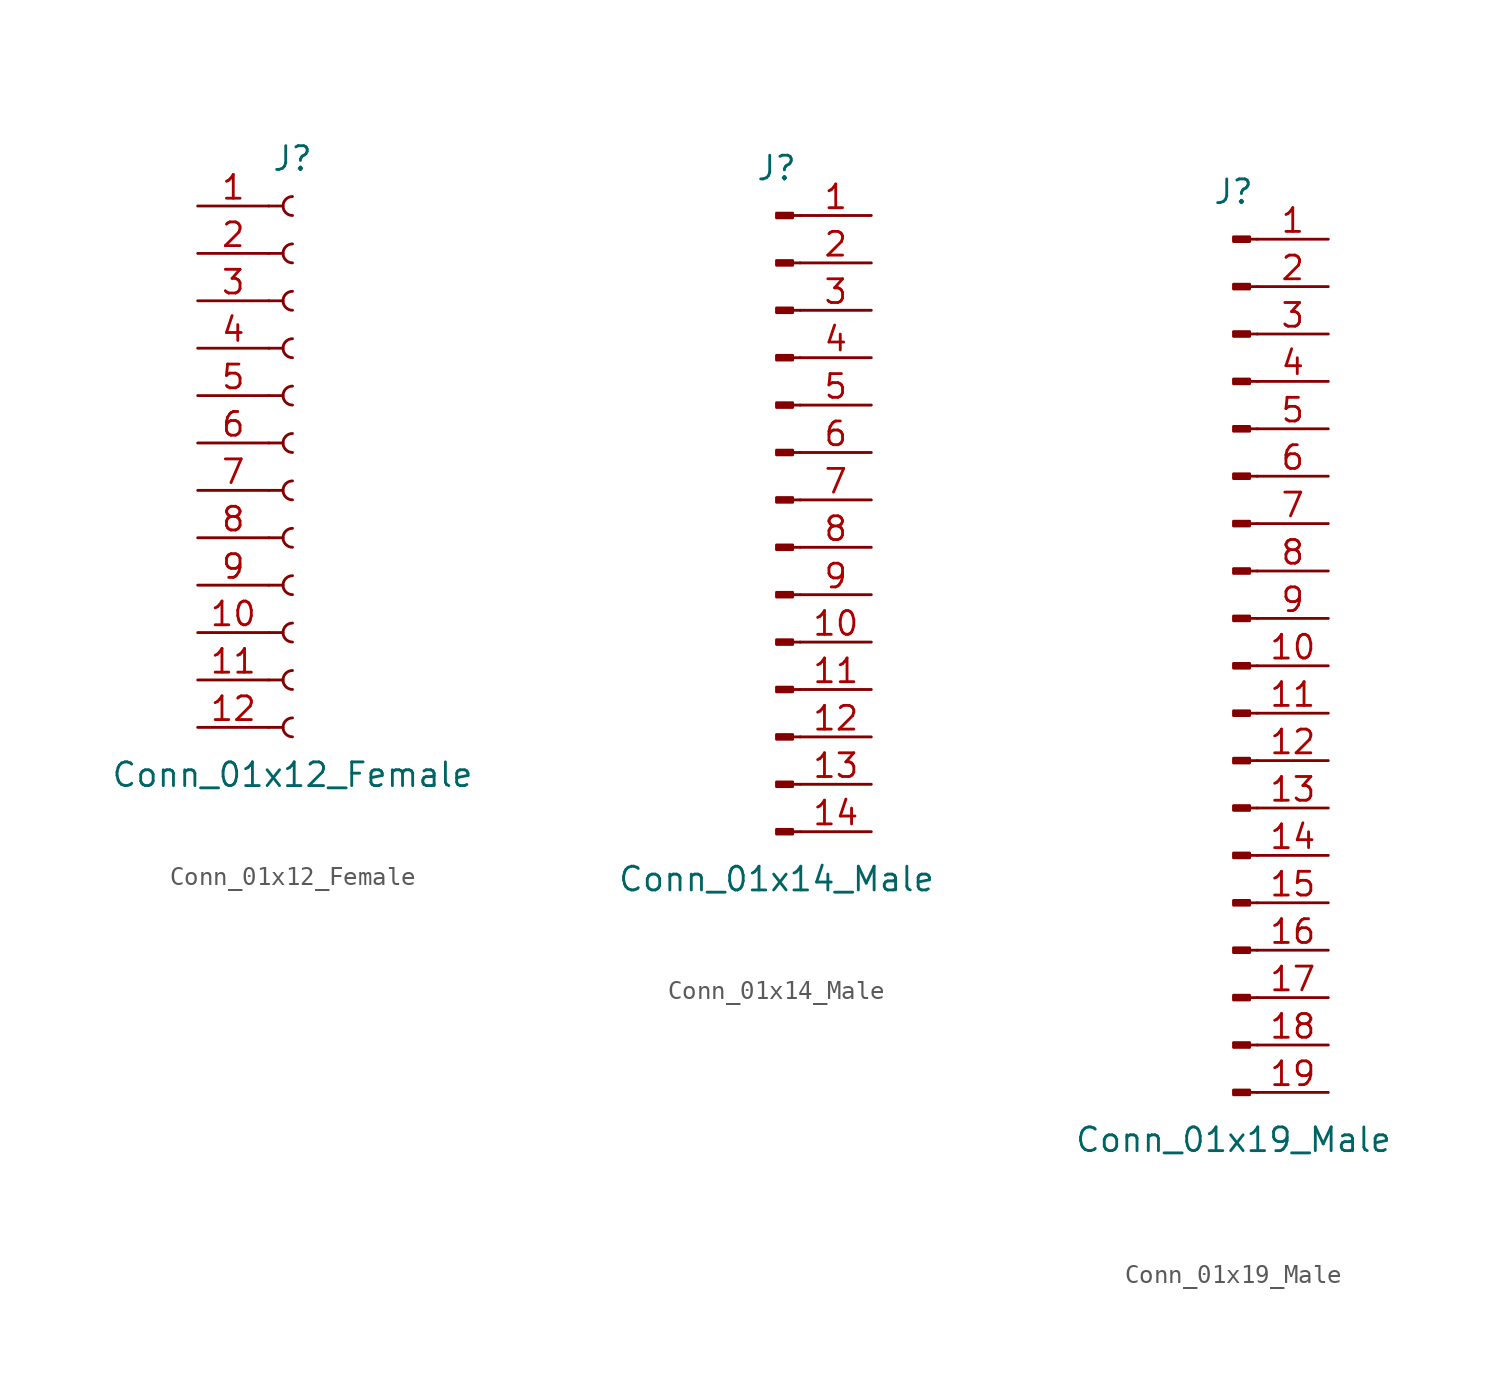
<source format=kicad_sym>
(kicad_symbol_lib
  (version 20201005)
  (generator kicad_symbol_editor)
  (symbol "Conn_01x12_Female"
    (pin_names
      (offset 1.016) hide)
    (property "Reference" "J"
      (at 0 15.24 0)
      (effects (font (size 1.27 1.27))))
    (property "Value" "Conn_01x12_Female"
      (at 0 -17.78 0)
      (effects (font (size 1.27 1.27))))
    (symbol "Conn_01x12_Female_1_1"
      (arc (start 0 -14.732) (end 0 -15.748) (radius (at 0 -15.24) (length 0.508) (angles 90.1 -90.1)) (stroke (width 0.1524)) (fill (type none)))
      (arc (start 0 -12.192) (end 0 -13.208) (radius (at 0 -12.7) (length 0.508) (angles 90.1 -90.1)) (stroke (width 0.1524)) (fill (type none)))
      (arc (start 0 -9.652) (end 0 -10.668) (radius (at 0 -10.16) (length 0.508) (angles 90.1 -90.1)) (stroke (width 0.1524)) (fill (type none)))
      (arc (start 0 -7.112) (end 0 -8.128) (radius (at 0 -7.62) (length 0.508) (angles 90.1 -90.1)) (stroke (width 0.1524)) (fill (type none)))
      (arc (start 0 -4.572) (end 0 -5.588) (radius (at 0 -5.08) (length 0.508) (angles 90.1 -90.1)) (stroke (width 0.1524)) (fill (type none)))
      (arc (start 0 -2.032) (end 0 -3.048) (radius (at 0 -2.54) (length 0.508) (angles 90.1 -90.1)) (stroke (width 0.1524)) (fill (type none)))
      (arc (start 0 0.508) (end 0 -0.508) (radius (at 0 0) (length 0.508) (angles 90.1 -90.1)) (stroke (width 0.1524)) (fill (type none)))
      (arc (start 0 3.048) (end 0 2.032) (radius (at 0 2.54) (length 0.508) (angles 90.1 -90.1)) (stroke (width 0.1524)) (fill (type none)))
      (arc (start 0 5.588) (end 0 4.572) (radius (at 0 5.08) (length 0.508) (angles 90.1 -90.1)) (stroke (width 0.1524)) (fill (type none)))
      (arc (start 0 8.128) (end 0 7.112) (radius (at 0 7.62) (length 0.508) (angles 90.1 -90.1)) (stroke (width 0.1524)) (fill (type none)))
      (arc (start 0 10.668) (end 0 9.652) (radius (at 0 10.16) (length 0.508) (angles 90.1 -90.1)) (stroke (width 0.1524)) (fill (type none)))
      (arc (start 0 13.208) (end 0 12.192) (radius (at 0 12.7) (length 0.508) (angles 90.1 -90.1)) (stroke (width 0.1524)) (fill (type none)))
      (polyline (pts (xy -1.27 -15.24) (xy -0.508 -15.24)) (stroke (width 0.152)) (fill (type none)))
      (polyline (pts (xy -1.27 -12.7) (xy -0.508 -12.7)) (stroke (width 0.152)) (fill (type none)))
      (polyline (pts (xy -1.27 -10.16) (xy -0.508 -10.16)) (stroke (width 0.152)) (fill (type none)))
      (polyline (pts (xy -1.27 -7.62) (xy -0.508 -7.62)) (stroke (width 0.152)) (fill (type none)))
      (polyline (pts (xy -1.27 -5.08) (xy -0.508 -5.08)) (stroke (width 0.152)) (fill (type none)))
      (polyline (pts (xy -1.27 -2.54) (xy -0.508 -2.54)) (stroke (width 0.152)) (fill (type none)))
      (polyline (pts (xy -1.27 0) (xy -0.508 0)) (stroke (width 0.152)) (fill (type none)))
      (polyline (pts (xy -1.27 2.54) (xy -0.508 2.54)) (stroke (width 0.152)) (fill (type none)))
      (polyline (pts (xy -1.27 5.08) (xy -0.508 5.08)) (stroke (width 0.152)) (fill (type none)))
      (polyline (pts (xy -1.27 7.62) (xy -0.508 7.62)) (stroke (width 0.152)) (fill (type none)))
      (polyline (pts (xy -1.27 10.16) (xy -0.508 10.16)) (stroke (width 0.152)) (fill (type none)))
      (polyline (pts (xy -1.27 12.7) (xy -0.508 12.7)) (stroke (width 0.152)) (fill (type none)))
      (pin passive line (at -5.08 12.7 0) (length 3.81) (name "Pin_1" (effects (font (size 1.27 1.27)))) (number "1" (effects (font (size 1.27 1.27)))))
      (pin passive line (at -5.08 -10.16 0) (length 3.81) (name "Pin_10" (effects (font (size 1.27 1.27)))) (number "10" (effects (font (size 1.27 1.27)))))
      (pin passive line (at -5.08 -12.7 0) (length 3.81) (name "Pin_11" (effects (font (size 1.27 1.27)))) (number "11" (effects (font (size 1.27 1.27)))))
      (pin passive line (at -5.08 -15.24 0) (length 3.81) (name "Pin_12" (effects (font (size 1.27 1.27)))) (number "12" (effects (font (size 1.27 1.27)))))
      (pin passive line (at -5.08 10.16 0) (length 3.81) (name "Pin_2" (effects (font (size 1.27 1.27)))) (number "2" (effects (font (size 1.27 1.27)))))
      (pin passive line (at -5.08 7.62 0) (length 3.81) (name "Pin_3" (effects (font (size 1.27 1.27)))) (number "3" (effects (font (size 1.27 1.27)))))
      (pin passive line (at -5.08 5.08 0) (length 3.81) (name "Pin_4" (effects (font (size 1.27 1.27)))) (number "4" (effects (font (size 1.27 1.27)))))
      (pin passive line (at -5.08 2.54 0) (length 3.81) (name "Pin_5" (effects (font (size 1.27 1.27)))) (number "5" (effects (font (size 1.27 1.27)))))
      (pin passive line (at -5.08 0 0) (length 3.81) (name "Pin_6" (effects (font (size 1.27 1.27)))) (number "6" (effects (font (size 1.27 1.27)))))
      (pin passive line (at -5.08 -2.54 0) (length 3.81) (name "Pin_7" (effects (font (size 1.27 1.27)))) (number "7" (effects (font (size 1.27 1.27)))))
      (pin passive line (at -5.08 -5.08 0) (length 3.81) (name "Pin_8" (effects (font (size 1.27 1.27)))) (number "8" (effects (font (size 1.27 1.27)))))
      (pin passive line (at -5.08 -7.62 0) (length 3.81) (name "Pin_9" (effects (font (size 1.27 1.27)))) (number "9" (effects (font (size 1.27 1.27)))))))
  (symbol "Conn_01x14_Male"
    (pin_names
      (offset 1.016) hide)
    (property "Reference" "J"
      (at 0 17.78 0)
      (effects (font (size 1.27 1.27))))
    (property "Value" "Conn_01x14_Male"
      (at 0 -20.32 0)
      (effects (font (size 1.27 1.27))))
    (symbol "Conn_01x14_Male_1_1"
      (rectangle (start 0.864 -17.653) (end 0 -17.907) (stroke (width 0.152)) (fill (type outline)))
      (rectangle (start 0.864 -15.113) (end 0 -15.367) (stroke (width 0.152)) (fill (type outline)))
      (rectangle (start 0.864 -12.573) (end 0 -12.827) (stroke (width 0.152)) (fill (type outline)))
      (rectangle (start 0.864 -10.033) (end 0 -10.287) (stroke (width 0.152)) (fill (type outline)))
      (rectangle (start 0.864 -7.493) (end 0 -7.747) (stroke (width 0.152)) (fill (type outline)))
      (rectangle (start 0.864 -4.953) (end 0 -5.207) (stroke (width 0.152)) (fill (type outline)))
      (rectangle (start 0.864 -2.413) (end 0 -2.667) (stroke (width 0.152)) (fill (type outline)))
      (rectangle (start 0.864 0.127) (end 0 -0.127) (stroke (width 0.152)) (fill (type outline)))
      (rectangle (start 0.864 2.667) (end 0 2.413) (stroke (width 0.152)) (fill (type outline)))
      (rectangle (start 0.864 5.207) (end 0 4.953) (stroke (width 0.152)) (fill (type outline)))
      (rectangle (start 0.864 7.747) (end 0 7.493) (stroke (width 0.152)) (fill (type outline)))
      (rectangle (start 0.864 10.287) (end 0 10.033) (stroke (width 0.152)) (fill (type outline)))
      (rectangle (start 0.864 12.827) (end 0 12.573) (stroke (width 0.152)) (fill (type outline)))
      (rectangle (start 0.864 15.367) (end 0 15.113) (stroke (width 0.152)) (fill (type outline)))
      (polyline (pts (xy 1.27 -17.78) (xy 0.864 -17.78)) (stroke (width 0.152)) (fill (type none)))
      (polyline (pts (xy 1.27 -15.24) (xy 0.864 -15.24)) (stroke (width 0.152)) (fill (type none)))
      (polyline (pts (xy 1.27 -12.7) (xy 0.864 -12.7)) (stroke (width 0.152)) (fill (type none)))
      (polyline (pts (xy 1.27 -10.16) (xy 0.864 -10.16)) (stroke (width 0.152)) (fill (type none)))
      (polyline (pts (xy 1.27 -7.62) (xy 0.864 -7.62)) (stroke (width 0.152)) (fill (type none)))
      (polyline (pts (xy 1.27 -5.08) (xy 0.864 -5.08)) (stroke (width 0.152)) (fill (type none)))
      (polyline (pts (xy 1.27 -2.54) (xy 0.864 -2.54)) (stroke (width 0.152)) (fill (type none)))
      (polyline (pts (xy 1.27 0) (xy 0.864 0)) (stroke (width 0.152)) (fill (type none)))
      (polyline (pts (xy 1.27 2.54) (xy 0.864 2.54)) (stroke (width 0.152)) (fill (type none)))
      (polyline (pts (xy 1.27 5.08) (xy 0.864 5.08)) (stroke (width 0.152)) (fill (type none)))
      (polyline (pts (xy 1.27 7.62) (xy 0.864 7.62)) (stroke (width 0.152)) (fill (type none)))
      (polyline (pts (xy 1.27 10.16) (xy 0.864 10.16)) (stroke (width 0.152)) (fill (type none)))
      (polyline (pts (xy 1.27 12.7) (xy 0.864 12.7)) (stroke (width 0.152)) (fill (type none)))
      (polyline (pts (xy 1.27 15.24) (xy 0.864 15.24)) (stroke (width 0.152)) (fill (type none)))
      (pin passive line (at 5.08 15.24 180) (length 3.81) (name "Pin_1" (effects (font (size 1.27 1.27)))) (number "1" (effects (font (size 1.27 1.27)))))
      (pin passive line (at 5.08 -7.62 180) (length 3.81) (name "Pin_10" (effects (font (size 1.27 1.27)))) (number "10" (effects (font (size 1.27 1.27)))))
      (pin passive line (at 5.08 -10.16 180) (length 3.81) (name "Pin_11" (effects (font (size 1.27 1.27)))) (number "11" (effects (font (size 1.27 1.27)))))
      (pin passive line (at 5.08 -12.7 180) (length 3.81) (name "Pin_12" (effects (font (size 1.27 1.27)))) (number "12" (effects (font (size 1.27 1.27)))))
      (pin passive line (at 5.08 -15.24 180) (length 3.81) (name "Pin_13" (effects (font (size 1.27 1.27)))) (number "13" (effects (font (size 1.27 1.27)))))
      (pin passive line (at 5.08 -17.78 180) (length 3.81) (name "Pin_14" (effects (font (size 1.27 1.27)))) (number "14" (effects (font (size 1.27 1.27)))))
      (pin passive line (at 5.08 12.7 180) (length 3.81) (name "Pin_2" (effects (font (size 1.27 1.27)))) (number "2" (effects (font (size 1.27 1.27)))))
      (pin passive line (at 5.08 10.16 180) (length 3.81) (name "Pin_3" (effects (font (size 1.27 1.27)))) (number "3" (effects (font (size 1.27 1.27)))))
      (pin passive line (at 5.08 7.62 180) (length 3.81) (name "Pin_4" (effects (font (size 1.27 1.27)))) (number "4" (effects (font (size 1.27 1.27)))))
      (pin passive line (at 5.08 5.08 180) (length 3.81) (name "Pin_5" (effects (font (size 1.27 1.27)))) (number "5" (effects (font (size 1.27 1.27)))))
      (pin passive line (at 5.08 2.54 180) (length 3.81) (name "Pin_6" (effects (font (size 1.27 1.27)))) (number "6" (effects (font (size 1.27 1.27)))))
      (pin passive line (at 5.08 0 180) (length 3.81) (name "Pin_7" (effects (font (size 1.27 1.27)))) (number "7" (effects (font (size 1.27 1.27)))))
      (pin passive line (at 5.08 -2.54 180) (length 3.81) (name "Pin_8" (effects (font (size 1.27 1.27)))) (number "8" (effects (font (size 1.27 1.27)))))
      (pin passive line (at 5.08 -5.08 180) (length 3.81) (name "Pin_9" (effects (font (size 1.27 1.27)))) (number "9" (effects (font (size 1.27 1.27)))))))
  (symbol "Conn_01x19_Male"
    (pin_names
      (offset 1.016) hide)
    (property "Reference" "J"
      (at 0 25.4 0)
      (effects (font (size 1.27 1.27))))
    (property "Value" "Conn_01x19_Male"
      (at 0 -25.4 0)
      (effects (font (size 1.27 1.27))))
    (symbol "Conn_01x19_Male_1_1"
      (rectangle (start 0.864 -22.733) (end 0 -22.987) (stroke (width 0.152)) (fill (type outline)))
      (rectangle (start 0.864 -20.193) (end 0 -20.447) (stroke (width 0.152)) (fill (type outline)))
      (rectangle (start 0.864 -17.653) (end 0 -17.907) (stroke (width 0.152)) (fill (type outline)))
      (rectangle (start 0.864 -15.113) (end 0 -15.367) (stroke (width 0.152)) (fill (type outline)))
      (rectangle (start 0.864 -12.573) (end 0 -12.827) (stroke (width 0.152)) (fill (type outline)))
      (rectangle (start 0.864 -10.033) (end 0 -10.287) (stroke (width 0.152)) (fill (type outline)))
      (rectangle (start 0.864 -7.493) (end 0 -7.747) (stroke (width 0.152)) (fill (type outline)))
      (rectangle (start 0.864 -4.953) (end 0 -5.207) (stroke (width 0.152)) (fill (type outline)))
      (rectangle (start 0.864 -2.413) (end 0 -2.667) (stroke (width 0.152)) (fill (type outline)))
      (rectangle (start 0.864 0.127) (end 0 -0.127) (stroke (width 0.152)) (fill (type outline)))
      (rectangle (start 0.864 2.667) (end 0 2.413) (stroke (width 0.152)) (fill (type outline)))
      (rectangle (start 0.864 5.207) (end 0 4.953) (stroke (width 0.152)) (fill (type outline)))
      (rectangle (start 0.864 7.747) (end 0 7.493) (stroke (width 0.152)) (fill (type outline)))
      (rectangle (start 0.864 10.287) (end 0 10.033) (stroke (width 0.152)) (fill (type outline)))
      (rectangle (start 0.864 12.827) (end 0 12.573) (stroke (width 0.152)) (fill (type outline)))
      (rectangle (start 0.864 15.367) (end 0 15.113) (stroke (width 0.152)) (fill (type outline)))
      (rectangle (start 0.864 17.907) (end 0 17.653) (stroke (width 0.152)) (fill (type outline)))
      (rectangle (start 0.864 20.447) (end 0 20.193) (stroke (width 0.152)) (fill (type outline)))
      (rectangle (start 0.864 22.987) (end 0 22.733) (stroke (width 0.152)) (fill (type outline)))
      (polyline (pts (xy 1.27 -22.86) (xy 0.864 -22.86)) (stroke (width 0.152)) (fill (type none)))
      (polyline (pts (xy 1.27 -20.32) (xy 0.864 -20.32)) (stroke (width 0.152)) (fill (type none)))
      (polyline (pts (xy 1.27 -17.78) (xy 0.864 -17.78)) (stroke (width 0.152)) (fill (type none)))
      (polyline (pts (xy 1.27 -15.24) (xy 0.864 -15.24)) (stroke (width 0.152)) (fill (type none)))
      (polyline (pts (xy 1.27 -12.7) (xy 0.864 -12.7)) (stroke (width 0.152)) (fill (type none)))
      (polyline (pts (xy 1.27 -10.16) (xy 0.864 -10.16)) (stroke (width 0.152)) (fill (type none)))
      (polyline (pts (xy 1.27 -7.62) (xy 0.864 -7.62)) (stroke (width 0.152)) (fill (type none)))
      (polyline (pts (xy 1.27 -5.08) (xy 0.864 -5.08)) (stroke (width 0.152)) (fill (type none)))
      (polyline (pts (xy 1.27 -2.54) (xy 0.864 -2.54)) (stroke (width 0.152)) (fill (type none)))
      (polyline (pts (xy 1.27 0) (xy 0.864 0)) (stroke (width 0.152)) (fill (type none)))
      (polyline (pts (xy 1.27 2.54) (xy 0.864 2.54)) (stroke (width 0.152)) (fill (type none)))
      (polyline (pts (xy 1.27 5.08) (xy 0.864 5.08)) (stroke (width 0.152)) (fill (type none)))
      (polyline (pts (xy 1.27 7.62) (xy 0.864 7.62)) (stroke (width 0.152)) (fill (type none)))
      (polyline (pts (xy 1.27 10.16) (xy 0.864 10.16)) (stroke (width 0.152)) (fill (type none)))
      (polyline (pts (xy 1.27 12.7) (xy 0.864 12.7)) (stroke (width 0.152)) (fill (type none)))
      (polyline (pts (xy 1.27 15.24) (xy 0.864 15.24)) (stroke (width 0.152)) (fill (type none)))
      (polyline (pts (xy 1.27 17.78) (xy 0.864 17.78)) (stroke (width 0.152)) (fill (type none)))
      (polyline (pts (xy 1.27 20.32) (xy 0.864 20.32)) (stroke (width 0.152)) (fill (type none)))
      (polyline (pts (xy 1.27 22.86) (xy 0.864 22.86)) (stroke (width 0.152)) (fill (type none)))
      (pin passive line (at 5.08 22.86 180) (length 3.81) (name "Pin_1" (effects (font (size 1.27 1.27)))) (number "1" (effects (font (size 1.27 1.27)))))
      (pin passive line (at 5.08 0 180) (length 3.81) (name "Pin_10" (effects (font (size 1.27 1.27)))) (number "10" (effects (font (size 1.27 1.27)))))
      (pin passive line (at 5.08 -2.54 180) (length 3.81) (name "Pin_11" (effects (font (size 1.27 1.27)))) (number "11" (effects (font (size 1.27 1.27)))))
      (pin passive line (at 5.08 -5.08 180) (length 3.81) (name "Pin_12" (effects (font (size 1.27 1.27)))) (number "12" (effects (font (size 1.27 1.27)))))
      (pin passive line (at 5.08 -7.62 180) (length 3.81) (name "Pin_13" (effects (font (size 1.27 1.27)))) (number "13" (effects (font (size 1.27 1.27)))))
      (pin passive line (at 5.08 -10.16 180) (length 3.81) (name "Pin_14" (effects (font (size 1.27 1.27)))) (number "14" (effects (font (size 1.27 1.27)))))
      (pin passive line (at 5.08 -12.7 180) (length 3.81) (name "Pin_15" (effects (font (size 1.27 1.27)))) (number "15" (effects (font (size 1.27 1.27)))))
      (pin passive line (at 5.08 -15.24 180) (length 3.81) (name "Pin_16" (effects (font (size 1.27 1.27)))) (number "16" (effects (font (size 1.27 1.27)))))
      (pin passive line (at 5.08 -17.78 180) (length 3.81) (name "Pin_17" (effects (font (size 1.27 1.27)))) (number "17" (effects (font (size 1.27 1.27)))))
      (pin passive line (at 5.08 -20.32 180) (length 3.81) (name "Pin_18" (effects (font (size 1.27 1.27)))) (number "18" (effects (font (size 1.27 1.27)))))
      (pin passive line (at 5.08 -22.86 180) (length 3.81) (name "Pin_19" (effects (font (size 1.27 1.27)))) (number "19" (effects (font (size 1.27 1.27)))))
      (pin passive line (at 5.08 20.32 180) (length 3.81) (name "Pin_2" (effects (font (size 1.27 1.27)))) (number "2" (effects (font (size 1.27 1.27)))))
      (pin passive line (at 5.08 17.78 180) (length 3.81) (name "Pin_3" (effects (font (size 1.27 1.27)))) (number "3" (effects (font (size 1.27 1.27)))))
      (pin passive line (at 5.08 15.24 180) (length 3.81) (name "Pin_4" (effects (font (size 1.27 1.27)))) (number "4" (effects (font (size 1.27 1.27)))))
      (pin passive line (at 5.08 12.7 180) (length 3.81) (name "Pin_5" (effects (font (size 1.27 1.27)))) (number "5" (effects (font (size 1.27 1.27)))))
      (pin passive line (at 5.08 10.16 180) (length 3.81) (name "Pin_6" (effects (font (size 1.27 1.27)))) (number "6" (effects (font (size 1.27 1.27)))))
      (pin passive line (at 5.08 7.62 180) (length 3.81) (name "Pin_7" (effects (font (size 1.27 1.27)))) (number "7" (effects (font (size 1.27 1.27)))))
      (pin passive line (at 5.08 5.08 180) (length 3.81) (name "Pin_8" (effects (font (size 1.27 1.27)))) (number "8" (effects (font (size 1.27 1.27)))))
      (pin passive line (at 5.08 2.54 180) (length 3.81) (name "Pin_9" (effects (font (size 1.27 1.27)))) (number "9" (effects (font (size 1.27 1.27))))))))
</source>
